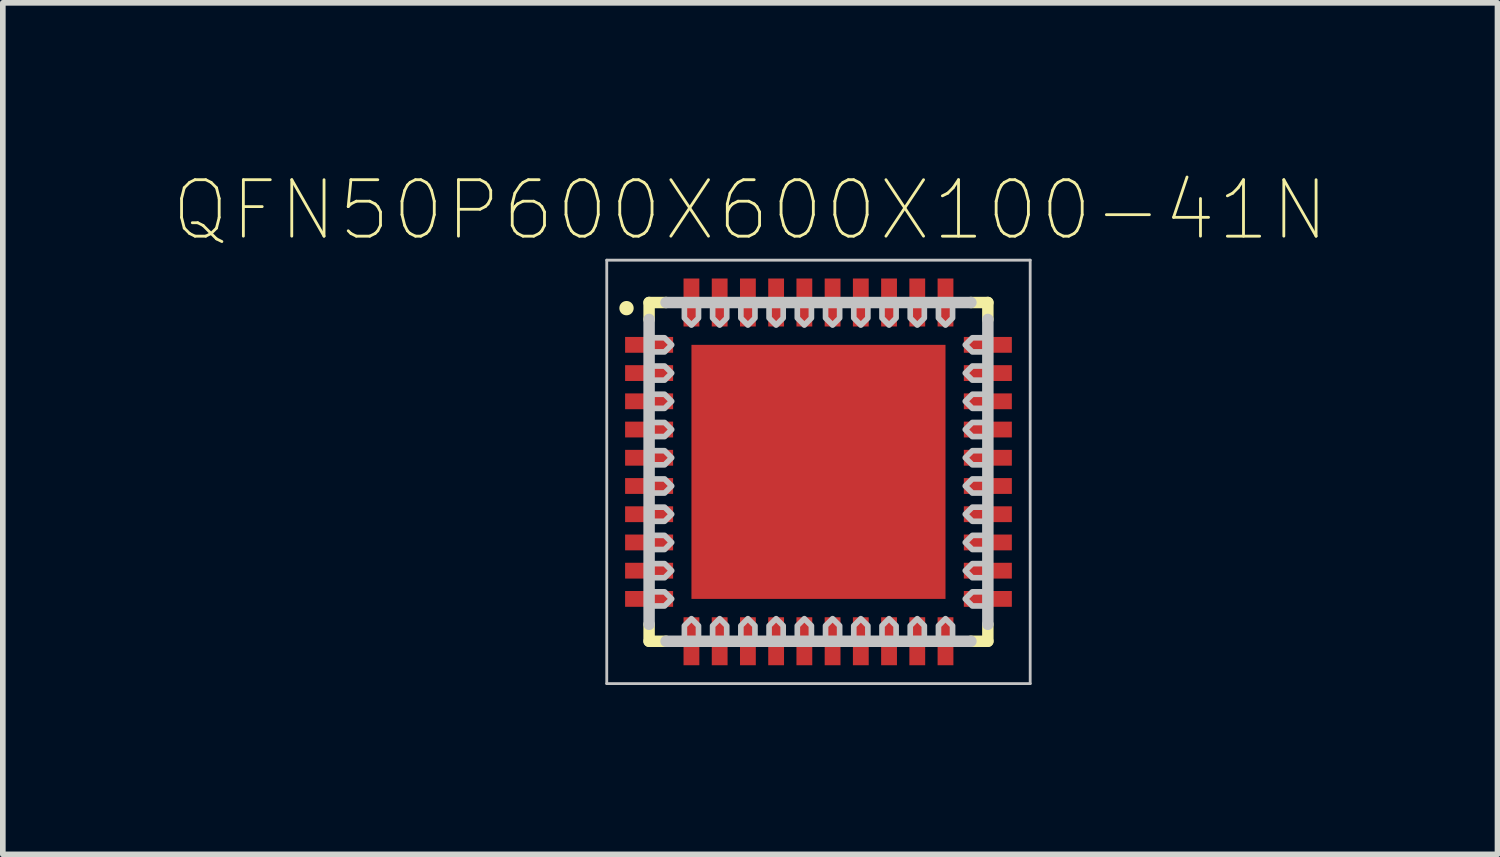
<source format=kicad_pcb>
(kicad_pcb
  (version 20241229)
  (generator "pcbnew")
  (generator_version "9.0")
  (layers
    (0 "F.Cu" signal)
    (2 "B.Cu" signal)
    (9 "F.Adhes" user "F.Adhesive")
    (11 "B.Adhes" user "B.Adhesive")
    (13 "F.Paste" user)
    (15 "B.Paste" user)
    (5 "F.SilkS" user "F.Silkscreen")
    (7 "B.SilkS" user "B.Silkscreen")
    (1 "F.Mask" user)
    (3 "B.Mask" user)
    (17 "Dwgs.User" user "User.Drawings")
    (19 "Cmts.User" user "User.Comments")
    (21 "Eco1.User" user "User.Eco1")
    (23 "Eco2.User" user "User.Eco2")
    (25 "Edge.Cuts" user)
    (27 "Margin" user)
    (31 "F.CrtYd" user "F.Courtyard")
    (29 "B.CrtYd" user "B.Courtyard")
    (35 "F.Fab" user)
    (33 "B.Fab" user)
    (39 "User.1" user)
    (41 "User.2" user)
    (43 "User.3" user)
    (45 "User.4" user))
  (footprint "QFN50P600X600X100-41N"
    (layer "F.Cu")
    (at 11.447 5.308)
    (property "Reference" "QFN50P600X600X100-41N" (at -1.21 -4.635 0) (layer "F.SilkS") (effects (font (size 1 1) (thickness 0.05))))
    (attr smd)
    (fp_line (start -3 -3) (end -3 -2.7) (stroke (width 0.203) (type solid)) (layer "F.SilkS"))
    (fp_line (start -3 2.7) (end -3 3) (stroke (width 0.203) (type solid)) (layer "F.SilkS"))
    (fp_line (start -3 3) (end -2.7 3) (stroke (width 0.203) (type solid)) (layer "F.SilkS"))
    (fp_line (start -2.7 -3) (end -3 -3) (stroke (width 0.203) (type solid)) (layer "F.SilkS"))
    (fp_line (start 2.7 3) (end 3 3) (stroke (width 0.203) (type solid)) (layer "F.SilkS"))
    (fp_line (start 3 -3) (end 2.7 -3) (stroke (width 0.203) (type solid)) (layer "F.SilkS"))
    (fp_line (start 3 -2.7) (end 3 -3) (stroke (width 0.203) (type solid)) (layer "F.SilkS"))
    (fp_line (start 3 3) (end 3 2.7) (stroke (width 0.203) (type solid)) (layer "F.SilkS"))
    (fp_circle (center -3.4 -2.9) (end -3.273 -2.9) (stroke (width 0) (type solid)) (fill yes) (layer "F.SilkS"))
    (fp_poly (pts (xy -1.425 -1.425) (xy 1.425 -1.425) (xy 1.425 1.425) (xy -1.425 1.425)) (stroke (width 0.381) (type solid)) (fill yes) (layer "F.Paste"))
    (fp_line (start -3.75 -3.75) (end 3.75 -3.75) (stroke (width 0.05) (type solid)) (layer "Dwgs.User"))
    (fp_line (start -3.75 3.75) (end -3.75 -3.75) (stroke (width 0.05) (type solid)) (layer "Dwgs.User"))
    (fp_line (start -3 2.7) (end -3 -2.7) (stroke (width 0.203) (type solid)) (layer "Dwgs.User"))
    (fp_line (start -2.7 3) (end 2.7 3) (stroke (width 0.203) (type solid)) (layer "Dwgs.User"))
    (fp_line (start 2.7 -3) (end -2.7 -3) (stroke (width 0.203) (type solid)) (layer "Dwgs.User"))
    (fp_line (start 3 2.7) (end 3 -2.7) (stroke (width 0.203) (type solid)) (layer "Dwgs.User"))
    (fp_line (start 3.75 -3.75) (end 3.75 3.75) (stroke (width 0.05) (type solid)) (layer "Dwgs.User"))
    (fp_line (start 3.75 3.75) (end -3.75 3.75) (stroke (width 0.05) (type solid)) (layer "Dwgs.User"))
    (fp_poly (pts (xy -3 -2.125) (xy -2.725 -2.125) (xy -2.6 -2.25) (xy -2.725 -2.375) (xy -3 -2.375)) (stroke (width 0.1) (type solid)) (fill no) (layer "Dwgs.User"))
    (fp_poly (pts (xy -3 -1.625) (xy -2.725 -1.625) (xy -2.6 -1.75) (xy -2.725 -1.875) (xy -3 -1.875)) (stroke (width 0.1) (type solid)) (fill no) (layer "Dwgs.User"))
    (fp_poly (pts (xy -3 -1.125) (xy -2.725 -1.125) (xy -2.6 -1.25) (xy -2.725 -1.375) (xy -3 -1.375)) (stroke (width 0.1) (type solid)) (fill no) (layer "Dwgs.User"))
    (fp_poly (pts (xy -3 -0.625) (xy -2.725 -0.625) (xy -2.6 -0.75) (xy -2.725 -0.875) (xy -3 -0.875)) (stroke (width 0.1) (type solid)) (fill no) (layer "Dwgs.User"))
    (fp_poly (pts (xy -3 -0.125) (xy -2.725 -0.125) (xy -2.6 -0.25) (xy -2.725 -0.375) (xy -3 -0.375)) (stroke (width 0.1) (type solid)) (fill no) (layer "Dwgs.User"))
    (fp_poly (pts (xy -3 0.375) (xy -2.725 0.375) (xy -2.6 0.25) (xy -2.725 0.125) (xy -3 0.125)) (stroke (width 0.1) (type solid)) (fill no) (layer "Dwgs.User"))
    (fp_poly (pts (xy -3 0.875) (xy -2.725 0.875) (xy -2.6 0.75) (xy -2.725 0.625) (xy -3 0.625)) (stroke (width 0.1) (type solid)) (fill no) (layer "Dwgs.User"))
    (fp_poly (pts (xy -3 1.375) (xy -2.725 1.375) (xy -2.6 1.25) (xy -2.725 1.125) (xy -3 1.125)) (stroke (width 0.1) (type solid)) (fill no) (layer "Dwgs.User"))
    (fp_poly (pts (xy -3 1.875) (xy -2.725 1.875) (xy -2.6 1.75) (xy -2.725 1.625) (xy -3 1.625)) (stroke (width 0.1) (type solid)) (fill no) (layer "Dwgs.User"))
    (fp_poly (pts (xy -3 2.375) (xy -2.725 2.375) (xy -2.6 2.25) (xy -2.725 2.125) (xy -3 2.125)) (stroke (width 0.1) (type solid)) (fill no) (layer "Dwgs.User"))
    (fp_poly (pts (xy -2.375 -3) (xy -2.375 -2.725) (xy -2.25 -2.6) (xy -2.125 -2.725) (xy -2.125 -3)) (stroke (width 0.1) (type solid)) (fill no) (layer "Dwgs.User"))
    (fp_poly (pts (xy -2.125 3) (xy -2.125 2.725) (xy -2.25 2.6) (xy -2.375 2.725) (xy -2.375 3)) (stroke (width 0.1) (type solid)) (fill no) (layer "Dwgs.User"))
    (fp_poly (pts (xy -1.875 -3) (xy -1.875 -2.725) (xy -1.75 -2.6) (xy -1.625 -2.725) (xy -1.625 -3)) (stroke (width 0.1) (type solid)) (fill no) (layer "Dwgs.User"))
    (fp_poly (pts (xy -1.625 3) (xy -1.625 2.725) (xy -1.75 2.6) (xy -1.875 2.725) (xy -1.875 3)) (stroke (width 0.1) (type solid)) (fill no) (layer "Dwgs.User"))
    (fp_poly (pts (xy -1.375 -3) (xy -1.375 -2.725) (xy -1.25 -2.6) (xy -1.125 -2.725) (xy -1.125 -3)) (stroke (width 0.1) (type solid)) (fill no) (layer "Dwgs.User"))
    (fp_poly (pts (xy -1.125 3) (xy -1.125 2.725) (xy -1.25 2.6) (xy -1.375 2.725) (xy -1.375 3)) (stroke (width 0.1) (type solid)) (fill no) (layer "Dwgs.User"))
    (fp_poly (pts (xy -0.875 -3) (xy -0.875 -2.725) (xy -0.75 -2.6) (xy -0.625 -2.725) (xy -0.625 -3)) (stroke (width 0.1) (type solid)) (fill no) (layer "Dwgs.User"))
    (fp_poly (pts (xy -0.625 3) (xy -0.625 2.725) (xy -0.75 2.6) (xy -0.875 2.725) (xy -0.875 3)) (stroke (width 0.1) (type solid)) (fill no) (layer "Dwgs.User"))
    (fp_poly (pts (xy -0.375 -3) (xy -0.375 -2.725) (xy -0.25 -2.6) (xy -0.125 -2.725) (xy -0.125 -3)) (stroke (width 0.1) (type solid)) (fill no) (layer "Dwgs.User"))
    (fp_poly (pts (xy -0.125 3) (xy -0.125 2.725) (xy -0.25 2.6) (xy -0.375 2.725) (xy -0.375 3)) (stroke (width 0.1) (type solid)) (fill no) (layer "Dwgs.User"))
    (fp_poly (pts (xy 0.125 -3) (xy 0.125 -2.725) (xy 0.25 -2.6) (xy 0.375 -2.725) (xy 0.375 -3)) (stroke (width 0.1) (type solid)) (fill no) (layer "Dwgs.User"))
    (fp_poly (pts (xy 0.375 3) (xy 0.375 2.725) (xy 0.25 2.6) (xy 0.125 2.725) (xy 0.125 3)) (stroke (width 0.1) (type solid)) (fill no) (layer "Dwgs.User"))
    (fp_poly (pts (xy 0.625 -3) (xy 0.625 -2.725) (xy 0.75 -2.6) (xy 0.875 -2.725) (xy 0.875 -3)) (stroke (width 0.1) (type solid)) (fill no) (layer "Dwgs.User"))
    (fp_poly (pts (xy 0.875 3) (xy 0.875 2.725) (xy 0.75 2.6) (xy 0.625 2.725) (xy 0.625 3)) (stroke (width 0.1) (type solid)) (fill no) (layer "Dwgs.User"))
    (fp_poly (pts (xy 1.125 -3) (xy 1.125 -2.725) (xy 1.25 -2.6) (xy 1.375 -2.725) (xy 1.375 -3)) (stroke (width 0.1) (type solid)) (fill no) (layer "Dwgs.User"))
    (fp_poly (pts (xy 1.375 3) (xy 1.375 2.725) (xy 1.25 2.6) (xy 1.125 2.725) (xy 1.125 3)) (stroke (width 0.1) (type solid)) (fill no) (layer "Dwgs.User"))
    (fp_poly (pts (xy 1.625 -3) (xy 1.625 -2.725) (xy 1.75 -2.6) (xy 1.875 -2.725) (xy 1.875 -3)) (stroke (width 0.1) (type solid)) (fill no) (layer "Dwgs.User"))
    (fp_poly (pts (xy 1.875 3) (xy 1.875 2.725) (xy 1.75 2.6) (xy 1.625 2.725) (xy 1.625 3)) (stroke (width 0.1) (type solid)) (fill no) (layer "Dwgs.User"))
    (fp_poly (pts (xy 2.125 -3) (xy 2.125 -2.725) (xy 2.25 -2.6) (xy 2.375 -2.725) (xy 2.375 -3)) (stroke (width 0.1) (type solid)) (fill no) (layer "Dwgs.User"))
    (fp_poly (pts (xy 2.375 3) (xy 2.375 2.725) (xy 2.25 2.6) (xy 2.125 2.725) (xy 2.125 3)) (stroke (width 0.1) (type solid)) (fill no) (layer "Dwgs.User"))
    (fp_poly (pts (xy 3 -2.375) (xy 2.725 -2.375) (xy 2.6 -2.25) (xy 2.725 -2.125) (xy 3 -2.125)) (stroke (width 0.1) (type solid)) (fill no) (layer "Dwgs.User"))
    (fp_poly (pts (xy 3 -1.875) (xy 2.725 -1.875) (xy 2.6 -1.75) (xy 2.725 -1.625) (xy 3 -1.625)) (stroke (width 0.1) (type solid)) (fill no) (layer "Dwgs.User"))
    (fp_poly (pts (xy 3 -1.375) (xy 2.725 -1.375) (xy 2.6 -1.25) (xy 2.725 -1.125) (xy 3 -1.125)) (stroke (width 0.1) (type solid)) (fill no) (layer "Dwgs.User"))
    (fp_poly (pts (xy 3 -0.875) (xy 2.725 -0.875) (xy 2.6 -0.75) (xy 2.725 -0.625) (xy 3 -0.625)) (stroke (width 0.1) (type solid)) (fill no) (layer "Dwgs.User"))
    (fp_poly (pts (xy 3 -0.375) (xy 2.725 -0.375) (xy 2.6 -0.25) (xy 2.725 -0.125) (xy 3 -0.125)) (stroke (width 0.1) (type solid)) (fill no) (layer "Dwgs.User"))
    (fp_poly (pts (xy 3 0.125) (xy 2.725 0.125) (xy 2.6 0.25) (xy 2.725 0.375) (xy 3 0.375)) (stroke (width 0.1) (type solid)) (fill no) (layer "Dwgs.User"))
    (fp_poly (pts (xy 3 0.625) (xy 2.725 0.625) (xy 2.6 0.75) (xy 2.725 0.875) (xy 3 0.875)) (stroke (width 0.1) (type solid)) (fill no) (layer "Dwgs.User"))
    (fp_poly (pts (xy 3 1.125) (xy 2.725 1.125) (xy 2.6 1.25) (xy 2.725 1.375) (xy 3 1.375)) (stroke (width 0.1) (type solid)) (fill no) (layer "Dwgs.User"))
    (fp_poly (pts (xy 3 1.625) (xy 2.725 1.625) (xy 2.6 1.75) (xy 2.725 1.875) (xy 3 1.875)) (stroke (width 0.1) (type solid)) (fill no) (layer "Dwgs.User"))
    (fp_poly (pts (xy 3 2.125) (xy 2.725 2.125) (xy 2.6 2.25) (xy 2.725 2.375) (xy 3 2.375)) (stroke (width 0.1) (type solid)) (fill no) (layer "Dwgs.User"))
    (pad "1" smd rect (at -3 -2.25) (size 0.85 0.28) (layers "F.Cu" "F.Mask" "F.Paste"))
    (pad "2" smd rect (at -3 -1.75) (size 0.85 0.28) (layers "F.Cu" "F.Mask" "F.Paste"))
    (pad "3" smd rect (at -3 -1.25) (size 0.85 0.28) (layers "F.Cu" "F.Mask" "F.Paste"))
    (pad "4" smd rect (at -3 -0.75) (size 0.85 0.28) (layers "F.Cu" "F.Mask" "F.Paste"))
    (pad "5" smd rect (at -3 -0.25) (size 0.85 0.28) (layers "F.Cu" "F.Mask" "F.Paste"))
    (pad "6" smd rect (at -3 0.25) (size 0.85 0.28) (layers "F.Cu" "F.Mask" "F.Paste"))
    (pad "7" smd rect (at -3 0.75) (size 0.85 0.28) (layers "F.Cu" "F.Mask" "F.Paste"))
    (pad "8" smd rect (at -3 1.25) (size 0.85 0.28) (layers "F.Cu" "F.Mask" "F.Paste"))
    (pad "9" smd rect (at -3 1.75) (size 0.85 0.28) (layers "F.Cu" "F.Mask" "F.Paste"))
    (pad "10" smd rect (at -3 2.25) (size 0.85 0.28) (layers "F.Cu" "F.Mask" "F.Paste"))
    (pad "11" smd rect (at -2.25 3) (size 0.28 0.85) (layers "F.Cu" "F.Mask" "F.Paste"))
    (pad "12" smd rect (at -1.75 3) (size 0.28 0.85) (layers "F.Cu" "F.Mask" "F.Paste"))
    (pad "13" smd rect (at -1.25 3) (size 0.28 0.85) (layers "F.Cu" "F.Mask" "F.Paste"))
    (pad "14" smd rect (at -0.75 3) (size 0.28 0.85) (layers "F.Cu" "F.Mask" "F.Paste"))
    (pad "15" smd rect (at -0.25 3) (size 0.28 0.85) (layers "F.Cu" "F.Mask" "F.Paste"))
    (pad "16" smd rect (at 0.25 3) (size 0.28 0.85) (layers "F.Cu" "F.Mask" "F.Paste"))
    (pad "17" smd rect (at 0.75 3) (size 0.28 0.85) (layers "F.Cu" "F.Mask" "F.Paste"))
    (pad "18" smd rect (at 1.25 3) (size 0.28 0.85) (layers "F.Cu" "F.Mask" "F.Paste"))
    (pad "19" smd rect (at 1.75 3) (size 0.28 0.85) (layers "F.Cu" "F.Mask" "F.Paste"))
    (pad "20" smd rect (at 2.25 3) (size 0.28 0.85) (layers "F.Cu" "F.Mask" "F.Paste"))
    (pad "21" smd rect (at 3 2.25) (size 0.85 0.28) (layers "F.Cu" "F.Mask" "F.Paste"))
    (pad "22" smd rect (at 3 1.75) (size 0.85 0.28) (layers "F.Cu" "F.Mask" "F.Paste"))
    (pad "23" smd rect (at 3 1.25) (size 0.85 0.28) (layers "F.Cu" "F.Mask" "F.Paste"))
    (pad "24" smd rect (at 3 0.75) (size 0.85 0.28) (layers "F.Cu" "F.Mask" "F.Paste"))
    (pad "25" smd rect (at 3 0.25) (size 0.85 0.28) (layers "F.Cu" "F.Mask" "F.Paste"))
    (pad "26" smd rect (at 3 -0.25) (size 0.85 0.28) (layers "F.Cu" "F.Mask" "F.Paste"))
    (pad "27" smd rect (at 3 -0.75) (size 0.85 0.28) (layers "F.Cu" "F.Mask" "F.Paste"))
    (pad "28" smd rect (at 3 -1.25) (size 0.85 0.28) (layers "F.Cu" "F.Mask" "F.Paste"))
    (pad "29" smd rect (at 3 -1.75) (size 0.85 0.28) (layers "F.Cu" "F.Mask" "F.Paste"))
    (pad "30" smd rect (at 3 -2.25) (size 0.85 0.28) (layers "F.Cu" "F.Mask" "F.Paste"))
    (pad "31" smd rect (at 2.25 -3) (size 0.28 0.85) (layers "F.Cu" "F.Mask" "F.Paste"))
    (pad "32" smd rect (at 1.75 -3) (size 0.28 0.85) (layers "F.Cu" "F.Mask" "F.Paste"))
    (pad "33" smd rect (at 1.25 -3) (size 0.28 0.85) (layers "F.Cu" "F.Mask" "F.Paste"))
    (pad "34" smd rect (at 0.75 -3) (size 0.28 0.85) (layers "F.Cu" "F.Mask" "F.Paste"))
    (pad "35" smd rect (at 0.25 -3) (size 0.28 0.85) (layers "F.Cu" "F.Mask" "F.Paste"))
    (pad "36" smd rect (at -0.25 -3) (size 0.28 0.85) (layers "F.Cu" "F.Mask" "F.Paste"))
    (pad "37" smd rect (at -0.75 -3) (size 0.28 0.85) (layers "F.Cu" "F.Mask" "F.Paste"))
    (pad "38" smd rect (at -1.25 -3) (size 0.28 0.85) (layers "F.Cu" "F.Mask" "F.Paste"))
    (pad "39" smd rect (at -1.75 -3) (size 0.28 0.85) (layers "F.Cu" "F.Mask" "F.Paste"))
    (pad "40" smd rect (at -2.25 -3) (size 0.28 0.85) (layers "F.Cu" "F.Mask" "F.Paste"))
    (pad "41" smd rect (at 0 0) (size 4.5 4.5) (layers "F.Cu" "F.Mask" "F.Paste")))
  (gr_rect
    (start -3 -3)
    (end 23.474 12.083)
    (stroke (width 0.1) (type default))
    (fill no)
    (layer "Edge.Cuts")))
</source>
